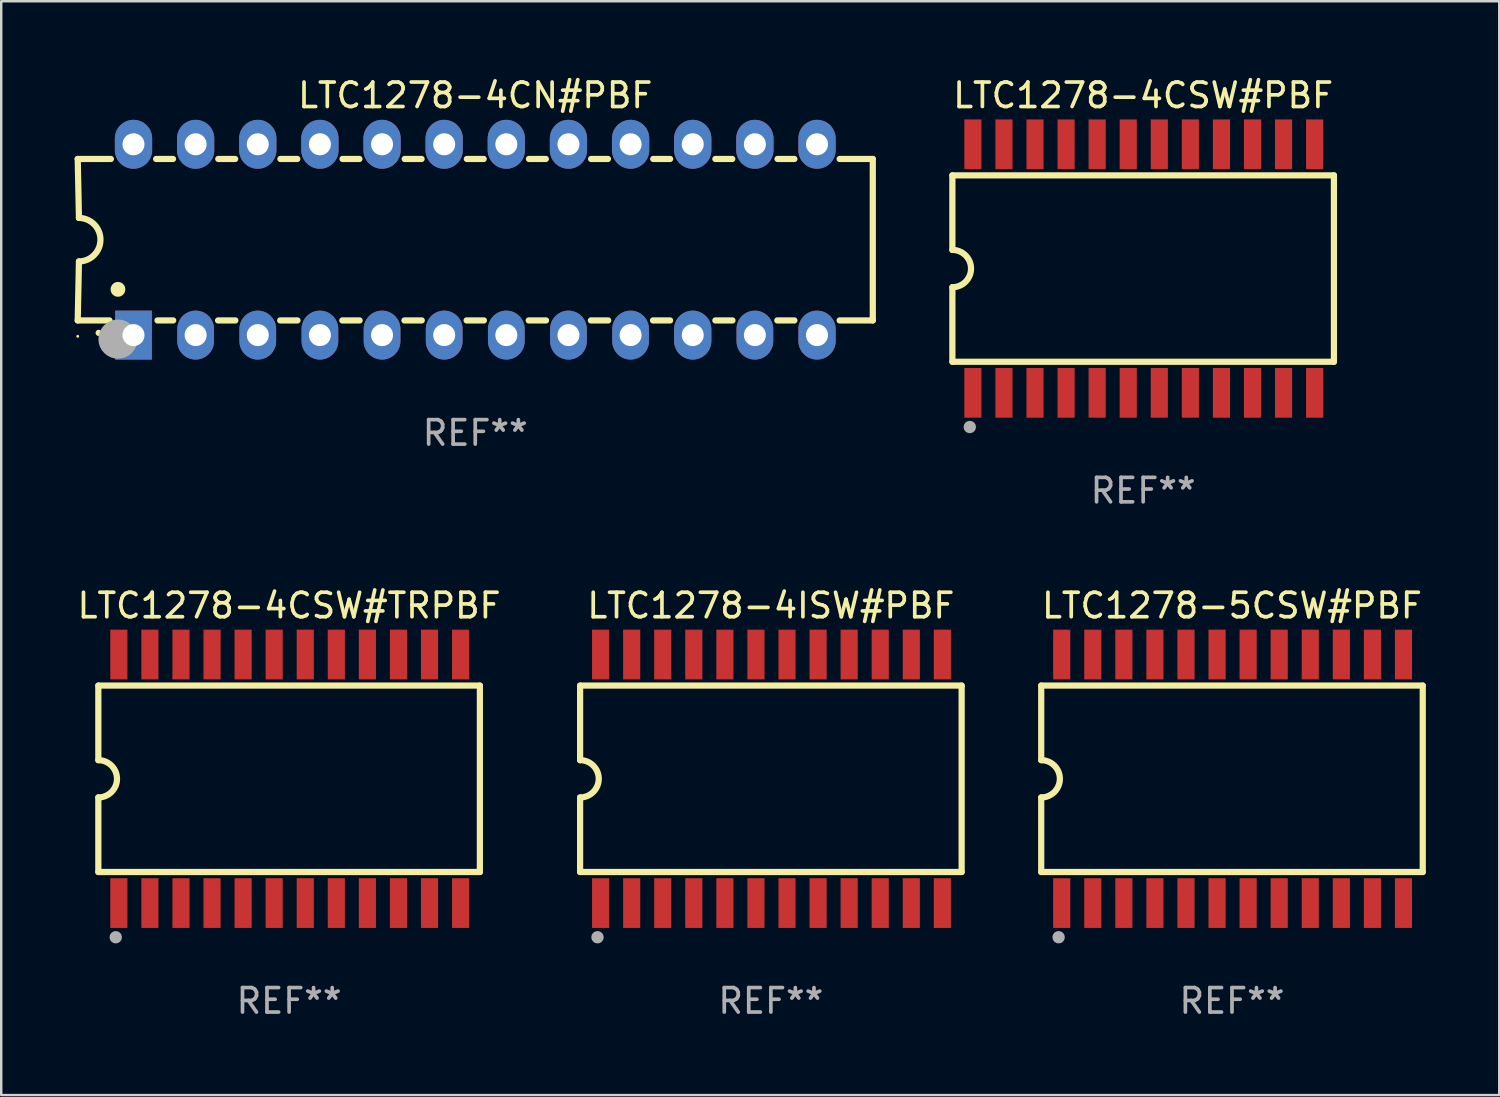
<source format=kicad_pcb>
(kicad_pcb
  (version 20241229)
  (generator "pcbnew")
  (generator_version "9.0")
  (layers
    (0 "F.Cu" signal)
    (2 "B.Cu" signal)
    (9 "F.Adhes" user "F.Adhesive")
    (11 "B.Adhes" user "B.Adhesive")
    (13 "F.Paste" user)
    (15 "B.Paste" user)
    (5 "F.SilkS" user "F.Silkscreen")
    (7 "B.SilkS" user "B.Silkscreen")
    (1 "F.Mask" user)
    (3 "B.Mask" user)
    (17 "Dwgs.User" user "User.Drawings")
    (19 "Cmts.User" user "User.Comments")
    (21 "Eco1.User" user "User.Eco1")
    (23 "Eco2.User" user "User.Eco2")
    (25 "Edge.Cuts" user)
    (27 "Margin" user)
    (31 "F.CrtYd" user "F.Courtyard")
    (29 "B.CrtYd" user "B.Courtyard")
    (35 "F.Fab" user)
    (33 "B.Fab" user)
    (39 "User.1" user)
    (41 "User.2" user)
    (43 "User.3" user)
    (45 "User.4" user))
  (footprint "LTC1278-4CN#PBF"
    (layer "F.Cu")
    (at 16.377 6.748)
    (property "Reference" "LTC1278-4CN#PBF" (at 0 -5.9 0) (layer "F.SilkS") (effects (font (size 1 1) (thickness 0.15))))
    (attr through_hole)
    (fp_line (start -16.25 -3.3) (end -16.2 -0.889) (stroke (width 0.254) (type solid)) (layer "F.SilkS"))
    (fp_line (start -16.25 -3.3) (end -14.895 -3.3) (stroke (width 0.254) (type solid)) (layer "F.SilkS"))
    (fp_line (start -16.25 3.3) (end -16.2 0.889) (stroke (width 0.254) (type solid)) (layer "F.SilkS"))
    (fp_line (start -16.25 3.3) (end -14.951 3.3) (stroke (width 0.254) (type solid)) (layer "F.SilkS"))
    (fp_line (start -13.045 -3.3) (end -12.355 -3.3) (stroke (width 0.254) (type solid)) (layer "F.SilkS"))
    (fp_line (start -12.989 3.3) (end -12.347 3.3) (stroke (width 0.254) (type solid)) (layer "F.SilkS"))
    (fp_line (start -10.514 3.3) (end -9.807 3.3) (stroke (width 0.254) (type solid)) (layer "F.SilkS"))
    (fp_line (start -10.505 -3.3) (end -9.815 -3.3) (stroke (width 0.254) (type solid)) (layer "F.SilkS"))
    (fp_line (start -7.974 3.3) (end -7.267 3.3) (stroke (width 0.254) (type solid)) (layer "F.SilkS"))
    (fp_line (start -7.965 -3.3) (end -7.275 -3.3) (stroke (width 0.254) (type solid)) (layer "F.SilkS"))
    (fp_line (start -5.434 3.3) (end -4.727 3.3) (stroke (width 0.254) (type solid)) (layer "F.SilkS"))
    (fp_line (start -5.425 -3.3) (end -4.735 -3.3) (stroke (width 0.254) (type solid)) (layer "F.SilkS"))
    (fp_line (start -2.894 3.3) (end -2.187 3.3) (stroke (width 0.254) (type solid)) (layer "F.SilkS"))
    (fp_line (start -2.885 -3.3) (end -2.195 -3.3) (stroke (width 0.254) (type solid)) (layer "F.SilkS"))
    (fp_line (start -0.354 3.3) (end 0.353 3.3) (stroke (width 0.254) (type solid)) (layer "F.SilkS"))
    (fp_line (start -0.345 -3.3) (end 0.345 -3.3) (stroke (width 0.254) (type solid)) (layer "F.SilkS"))
    (fp_line (start 2.186 3.3) (end 2.893 3.3) (stroke (width 0.254) (type solid)) (layer "F.SilkS"))
    (fp_line (start 2.195 -3.3) (end 2.885 -3.3) (stroke (width 0.254) (type solid)) (layer "F.SilkS"))
    (fp_line (start 4.726 3.3) (end 5.434 3.3) (stroke (width 0.254) (type solid)) (layer "F.SilkS"))
    (fp_line (start 4.735 -3.3) (end 5.425 -3.3) (stroke (width 0.254) (type solid)) (layer "F.SilkS"))
    (fp_line (start 7.266 3.3) (end 7.965 3.3) (stroke (width 0.254) (type solid)) (layer "F.SilkS"))
    (fp_line (start 7.275 -3.3) (end 7.965 -3.3) (stroke (width 0.254) (type solid)) (layer "F.SilkS"))
    (fp_line (start 9.815 -3.3) (end 10.505 -3.3) (stroke (width 0.254) (type solid)) (layer "F.SilkS"))
    (fp_line (start 9.815 3.3) (end 10.514 3.3) (stroke (width 0.254) (type solid)) (layer "F.SilkS"))
    (fp_line (start 12.346 3.3) (end 13.045 3.3) (stroke (width 0.254) (type solid)) (layer "F.SilkS"))
    (fp_line (start 12.355 -3.3) (end 13.045 -3.3) (stroke (width 0.254) (type solid)) (layer "F.SilkS"))
    (fp_line (start 16.25 -3.3) (end 14.895 -3.3) (stroke (width 0.254) (type solid)) (layer "F.SilkS"))
    (fp_line (start 16.25 -3.3) (end 16.25 3.3) (stroke (width 0.254) (type solid)) (layer "F.SilkS"))
    (fp_line (start 16.25 3.3) (end 14.895 3.3) (stroke (width 0.254) (type solid)) (layer "F.SilkS"))
    (fp_arc (start -16.201016 -0.890146) (mid -15.311429 -0.001055) (end -16.200025 0.889027) (stroke (width 0.254001) (type solid)) (layer "F.SilkS"))
    (fp_arc (start -15.394971 3.810033) (mid -15.394978 3.808763) (end -15.394971 3.807493) (stroke (width 0.25) (type solid)) (layer "F.SilkS"))
    (fp_arc (start -14.605029 2.032029) (mid -14.60504 2.029489) (end -14.605029 2.026949) (stroke (width 0.6) (type solid)) (layer "F.SilkS"))
    (fp_circle (center -16.25 3.95) (end -16.22 3.95) (stroke (width 0.06) (type solid)) (fill no) (layer "F.SilkS"))
    (fp_circle (center -14.605 4.064) (end -14.205 4.064) (stroke (width 0.8) (type solid)) (fill no) (layer "F.Fab"))
    (fp_text user "REF**" (at 0 7.9 0) (layer "F.Fab") (effects (font (size 1 1) (thickness 0.15))))
    (pad "1" thru_hole rect (at -13.97 3.9 90) (size 2 1.5) (drill 0.9) (layers "*.Cu" "*.Mask"))
    (pad "2" thru_hole oval (at -11.43 3.9 90) (size 2 1.5) (drill 0.9) (layers "*.Cu" "*.Mask"))
    (pad "3" thru_hole oval (at -8.89 3.9 90) (size 2 1.5) (drill 0.9) (layers "*.Cu" "*.Mask"))
    (pad "4" thru_hole oval (at -6.35 3.9 90) (size 2 1.5) (drill 0.9) (layers "*.Cu" "*.Mask"))
    (pad "5" thru_hole oval (at -3.81 3.9 90) (size 2 1.5) (drill 0.9) (layers "*.Cu" "*.Mask"))
    (pad "6" thru_hole oval (at -1.27 3.9 90) (size 2 1.5) (drill 0.9) (layers "*.Cu" "*.Mask"))
    (pad "7" thru_hole oval (at 1.27 3.9 90) (size 2 1.5) (drill 0.9) (layers "*.Cu" "*.Mask"))
    (pad "8" thru_hole oval (at 3.81 3.9 90) (size 2 1.5) (drill 0.9) (layers "*.Cu" "*.Mask"))
    (pad "9" thru_hole oval (at 6.35 3.9 90) (size 2 1.5) (drill 0.9) (layers "*.Cu" "*.Mask"))
    (pad "10" thru_hole oval (at 8.89 3.9 90) (size 2 1.524) (drill 0.9) (layers "*.Cu" "*.Mask"))
    (pad "11" thru_hole oval (at 11.43 3.9 90) (size 2 1.5) (drill 0.9) (layers "*.Cu" "*.Mask"))
    (pad "12" thru_hole oval (at 13.97 3.9 90) (size 2 1.524) (drill 0.9) (layers "*.Cu" "*.Mask"))
    (pad "13" thru_hole oval (at 13.97 -3.9 90) (size 2 1.524) (drill 0.9) (layers "*.Cu" "*.Mask"))
    (pad "14" thru_hole oval (at 11.43 -3.9 90) (size 2 1.524) (drill 0.9) (layers "*.Cu" "*.Mask"))
    (pad "15" thru_hole oval (at 8.89 -3.9 90) (size 2 1.524) (drill 0.9) (layers "*.Cu" "*.Mask"))
    (pad "16" thru_hole oval (at 6.35 -3.9 90) (size 2 1.524) (drill 0.9) (layers "*.Cu" "*.Mask"))
    (pad "17" thru_hole oval (at 3.81 -3.9 90) (size 2 1.524) (drill 0.9) (layers "*.Cu" "*.Mask"))
    (pad "18" thru_hole oval (at 1.27 -3.9 90) (size 2 1.524) (drill 0.9) (layers "*.Cu" "*.Mask"))
    (pad "19" thru_hole oval (at -1.27 -3.9 90) (size 2 1.524) (drill 0.9) (layers "*.Cu" "*.Mask"))
    (pad "20" thru_hole oval (at -3.81 -3.9 90) (size 2 1.524) (drill 0.9) (layers "*.Cu" "*.Mask"))
    (pad "21" thru_hole oval (at -6.35 -3.9 90) (size 2 1.524) (drill 0.9) (layers "*.Cu" "*.Mask"))
    (pad "22" thru_hole oval (at -8.89 -3.9 90) (size 2 1.524) (drill 0.9) (layers "*.Cu" "*.Mask"))
    (pad "23" thru_hole oval (at -11.43 -3.9 90) (size 2 1.524) (drill 0.9) (layers "*.Cu" "*.Mask"))
    (pad "24" thru_hole oval (at -13.97 -3.9 90) (size 2 1.524) (drill 0.9) (layers "*.Cu" "*.Mask")))
  (footprint "LTC1278-5CSW#PBF"
    (layer "F.Cu")
    (at 47.31 28.785)
    (property "Reference" "LTC1278-5CSW#PBF" (at 0 -7.08 0) (layer "F.SilkS") (effects (font (size 1 1) (thickness 0.15))))
    (attr through_hole)
    (fp_line (start -7.798 -3.81) (end -7.798 -0.762) (stroke (width 0.254) (type solid)) (layer "F.SilkS"))
    (fp_line (start -7.798 3.81) (end -7.798 0.762) (stroke (width 0.254) (type solid)) (layer "F.SilkS"))
    (fp_line (start 7.798 -3.81) (end -7.798 -3.81) (stroke (width 0.254) (type solid)) (layer "F.SilkS"))
    (fp_line (start 7.798 3.81) (end -7.798 3.81) (stroke (width 0.254) (type solid)) (layer "F.SilkS"))
    (fp_line (start 7.798 3.81) (end 7.798 -3.81) (stroke (width 0.254) (type solid)) (layer "F.SilkS"))
    (fp_arc (start -7.797791 -0.762002) (mid -7.03579 -0.000001) (end -7.79779 0.762002) (stroke (width 0.254001) (type solid)) (layer "F.SilkS"))
    (fp_circle (center -7.825 3.75) (end -7.795 3.75) (stroke (width 0.06) (type solid)) (fill no) (layer "F.SilkS"))
    (fp_circle (center -7.087 6.477) (end -6.96 6.477) (stroke (width 0.254) (type solid)) (fill no) (layer "F.Fab"))
    (fp_text user "REF**" (at 0 9.08 0) (layer "F.Fab") (effects (font (size 1 1) (thickness 0.15))))
    (pad "1" smd rect (at -6.96 5.08 90) (size 2.032 0.7) (layers "F.Cu" "F.Mask" "F.Paste"))
    (pad "2" smd rect (at -5.69 5.08 90) (size 2.032 0.7) (layers "F.Cu" "F.Mask" "F.Paste"))
    (pad "3" smd rect (at -4.42 5.08 90) (size 2.032 0.7) (layers "F.Cu" "F.Mask" "F.Paste"))
    (pad "4" smd rect (at -3.15 5.08 90) (size 2.032 0.7) (layers "F.Cu" "F.Mask" "F.Paste"))
    (pad "5" smd rect (at -1.88 5.08 90) (size 2.032 0.7) (layers "F.Cu" "F.Mask" "F.Paste"))
    (pad "6" smd rect (at -0.61 5.08 90) (size 2.032 0.7) (layers "F.Cu" "F.Mask" "F.Paste"))
    (pad "7" smd rect (at 0.66 5.08 90) (size 2.032 0.7) (layers "F.Cu" "F.Mask" "F.Paste"))
    (pad "8" smd rect (at 1.93 5.08 90) (size 2.032 0.7) (layers "F.Cu" "F.Mask" "F.Paste"))
    (pad "9" smd rect (at 3.2 5.08 90) (size 2.032 0.7) (layers "F.Cu" "F.Mask" "F.Paste"))
    (pad "10" smd rect (at 4.47 5.08 90) (size 2.032 0.7) (layers "F.Cu" "F.Mask" "F.Paste"))
    (pad "11" smd rect (at 5.74 5.08 90) (size 2.032 0.7) (layers "F.Cu" "F.Mask" "F.Paste"))
    (pad "12" smd rect (at 7.01 5.08 90) (size 2.032 0.7) (layers "F.Cu" "F.Mask" "F.Paste"))
    (pad "13" smd rect (at 7.01 -5.08 90) (size 2.032 0.7) (layers "F.Cu" "F.Mask" "F.Paste"))
    (pad "14" smd rect (at 5.74 -5.08 90) (size 2.032 0.7) (layers "F.Cu" "F.Mask" "F.Paste"))
    (pad "15" smd rect (at 4.47 -5.08 90) (size 2.032 0.7) (layers "F.Cu" "F.Mask" "F.Paste"))
    (pad "16" smd rect (at 3.2 -5.08 90) (size 2.032 0.7) (layers "F.Cu" "F.Mask" "F.Paste"))
    (pad "17" smd rect (at 1.93 -5.08 90) (size 2.032 0.7) (layers "F.Cu" "F.Mask" "F.Paste"))
    (pad "18" smd rect (at 0.66 -5.08 90) (size 2.032 0.7) (layers "F.Cu" "F.Mask" "F.Paste"))
    (pad "19" smd rect (at -0.61 -5.08 90) (size 2.032 0.7) (layers "F.Cu" "F.Mask" "F.Paste"))
    (pad "20" smd rect (at -1.88 -5.08 90) (size 2.032 0.7) (layers "F.Cu" "F.Mask" "F.Paste"))
    (pad "21" smd rect (at -3.15 -5.08 90) (size 2.032 0.7) (layers "F.Cu" "F.Mask" "F.Paste"))
    (pad "22" smd rect (at -4.42 -5.08 90) (size 2.032 0.7) (layers "F.Cu" "F.Mask" "F.Paste"))
    (pad "23" smd rect (at -5.69 -5.08 90) (size 2.032 0.7) (layers "F.Cu" "F.Mask" "F.Paste"))
    (pad "24" smd rect (at -6.96 -5.08 90) (size 2.032 0.7) (layers "F.Cu" "F.Mask" "F.Paste")))
  (footprint "LTC1278-4CSW#PBF"
    (layer "F.Cu")
    (at 43.679 7.928)
    (property "Reference" "LTC1278-4CSW#PBF" (at 0 -7.08 0) (layer "F.SilkS") (effects (font (size 1 1) (thickness 0.15))))
    (attr through_hole)
    (fp_line (start -7.798 -3.81) (end -7.798 -0.762) (stroke (width 0.254) (type solid)) (layer "F.SilkS"))
    (fp_line (start -7.798 3.81) (end -7.798 0.762) (stroke (width 0.254) (type solid)) (layer "F.SilkS"))
    (fp_line (start 7.798 -3.81) (end -7.798 -3.81) (stroke (width 0.254) (type solid)) (layer "F.SilkS"))
    (fp_line (start 7.798 3.81) (end -7.798 3.81) (stroke (width 0.254) (type solid)) (layer "F.SilkS"))
    (fp_line (start 7.798 3.81) (end 7.798 -3.81) (stroke (width 0.254) (type solid)) (layer "F.SilkS"))
    (fp_arc (start -7.797791 -0.762002) (mid -7.03579 -0.000001) (end -7.79779 0.762002) (stroke (width 0.254001) (type solid)) (layer "F.SilkS"))
    (fp_circle (center -7.825 3.75) (end -7.795 3.75) (stroke (width 0.06) (type solid)) (fill no) (layer "F.SilkS"))
    (fp_circle (center -7.087 6.477) (end -6.96 6.477) (stroke (width 0.254) (type solid)) (fill no) (layer "F.Fab"))
    (fp_text user "REF**" (at 0 9.08 0) (layer "F.Fab") (effects (font (size 1 1) (thickness 0.15))))
    (pad "1" smd rect (at -6.96 5.08 90) (size 2.032 0.7) (layers "F.Cu" "F.Mask" "F.Paste"))
    (pad "2" smd rect (at -5.69 5.08 90) (size 2.032 0.7) (layers "F.Cu" "F.Mask" "F.Paste"))
    (pad "3" smd rect (at -4.42 5.08 90) (size 2.032 0.7) (layers "F.Cu" "F.Mask" "F.Paste"))
    (pad "4" smd rect (at -3.15 5.08 90) (size 2.032 0.7) (layers "F.Cu" "F.Mask" "F.Paste"))
    (pad "5" smd rect (at -1.88 5.08 90) (size 2.032 0.7) (layers "F.Cu" "F.Mask" "F.Paste"))
    (pad "6" smd rect (at -0.61 5.08 90) (size 2.032 0.7) (layers "F.Cu" "F.Mask" "F.Paste"))
    (pad "7" smd rect (at 0.66 5.08 90) (size 2.032 0.7) (layers "F.Cu" "F.Mask" "F.Paste"))
    (pad "8" smd rect (at 1.93 5.08 90) (size 2.032 0.7) (layers "F.Cu" "F.Mask" "F.Paste"))
    (pad "9" smd rect (at 3.2 5.08 90) (size 2.032 0.7) (layers "F.Cu" "F.Mask" "F.Paste"))
    (pad "10" smd rect (at 4.47 5.08 90) (size 2.032 0.7) (layers "F.Cu" "F.Mask" "F.Paste"))
    (pad "11" smd rect (at 5.74 5.08 90) (size 2.032 0.7) (layers "F.Cu" "F.Mask" "F.Paste"))
    (pad "12" smd rect (at 7.01 5.08 90) (size 2.032 0.7) (layers "F.Cu" "F.Mask" "F.Paste"))
    (pad "13" smd rect (at 7.01 -5.08 90) (size 2.032 0.7) (layers "F.Cu" "F.Mask" "F.Paste"))
    (pad "14" smd rect (at 5.74 -5.08 90) (size 2.032 0.7) (layers "F.Cu" "F.Mask" "F.Paste"))
    (pad "15" smd rect (at 4.47 -5.08 90) (size 2.032 0.7) (layers "F.Cu" "F.Mask" "F.Paste"))
    (pad "16" smd rect (at 3.2 -5.08 90) (size 2.032 0.7) (layers "F.Cu" "F.Mask" "F.Paste"))
    (pad "17" smd rect (at 1.93 -5.08 90) (size 2.032 0.7) (layers "F.Cu" "F.Mask" "F.Paste"))
    (pad "18" smd rect (at 0.66 -5.08 90) (size 2.032 0.7) (layers "F.Cu" "F.Mask" "F.Paste"))
    (pad "19" smd rect (at -0.61 -5.08 90) (size 2.032 0.7) (layers "F.Cu" "F.Mask" "F.Paste"))
    (pad "20" smd rect (at -1.88 -5.08 90) (size 2.032 0.7) (layers "F.Cu" "F.Mask" "F.Paste"))
    (pad "21" smd rect (at -3.15 -5.08 90) (size 2.032 0.7) (layers "F.Cu" "F.Mask" "F.Paste"))
    (pad "22" smd rect (at -4.42 -5.08 90) (size 2.032 0.7) (layers "F.Cu" "F.Mask" "F.Paste"))
    (pad "23" smd rect (at -5.69 -5.08 90) (size 2.032 0.7) (layers "F.Cu" "F.Mask" "F.Paste"))
    (pad "24" smd rect (at -6.96 -5.08 90) (size 2.032 0.7) (layers "F.Cu" "F.Mask" "F.Paste")))
  (footprint "LTC1278-4CSW#TRPBF"
    (layer "F.Cu")
    (at 8.768 28.785)
    (property "Reference" "LTC1278-4CSW#TRPBF" (at 0 -7.08 0) (layer "F.SilkS") (effects (font (size 1 1) (thickness 0.15))))
    (attr through_hole)
    (fp_line (start -7.798 -3.81) (end -7.798 -0.762) (stroke (width 0.254) (type solid)) (layer "F.SilkS"))
    (fp_line (start -7.798 3.81) (end -7.798 0.762) (stroke (width 0.254) (type solid)) (layer "F.SilkS"))
    (fp_line (start 7.798 -3.81) (end -7.798 -3.81) (stroke (width 0.254) (type solid)) (layer "F.SilkS"))
    (fp_line (start 7.798 3.81) (end -7.798 3.81) (stroke (width 0.254) (type solid)) (layer "F.SilkS"))
    (fp_line (start 7.798 3.81) (end 7.798 -3.81) (stroke (width 0.254) (type solid)) (layer "F.SilkS"))
    (fp_arc (start -7.797791 -0.762002) (mid -7.03579 -0.000001) (end -7.79779 0.762002) (stroke (width 0.254001) (type solid)) (layer "F.SilkS"))
    (fp_circle (center -7.825 3.75) (end -7.795 3.75) (stroke (width 0.06) (type solid)) (fill no) (layer "F.SilkS"))
    (fp_circle (center -7.087 6.477) (end -6.96 6.477) (stroke (width 0.254) (type solid)) (fill no) (layer "F.Fab"))
    (fp_text user "REF**" (at 0 9.08 0) (layer "F.Fab") (effects (font (size 1 1) (thickness 0.15))))
    (pad "1" smd rect (at -6.96 5.08 90) (size 2.032 0.7) (layers "F.Cu" "F.Mask" "F.Paste"))
    (pad "2" smd rect (at -5.69 5.08 90) (size 2.032 0.7) (layers "F.Cu" "F.Mask" "F.Paste"))
    (pad "3" smd rect (at -4.42 5.08 90) (size 2.032 0.7) (layers "F.Cu" "F.Mask" "F.Paste"))
    (pad "4" smd rect (at -3.15 5.08 90) (size 2.032 0.7) (layers "F.Cu" "F.Mask" "F.Paste"))
    (pad "5" smd rect (at -1.88 5.08 90) (size 2.032 0.7) (layers "F.Cu" "F.Mask" "F.Paste"))
    (pad "6" smd rect (at -0.61 5.08 90) (size 2.032 0.7) (layers "F.Cu" "F.Mask" "F.Paste"))
    (pad "7" smd rect (at 0.66 5.08 90) (size 2.032 0.7) (layers "F.Cu" "F.Mask" "F.Paste"))
    (pad "8" smd rect (at 1.93 5.08 90) (size 2.032 0.7) (layers "F.Cu" "F.Mask" "F.Paste"))
    (pad "9" smd rect (at 3.2 5.08 90) (size 2.032 0.7) (layers "F.Cu" "F.Mask" "F.Paste"))
    (pad "10" smd rect (at 4.47 5.08 90) (size 2.032 0.7) (layers "F.Cu" "F.Mask" "F.Paste"))
    (pad "11" smd rect (at 5.74 5.08 90) (size 2.032 0.7) (layers "F.Cu" "F.Mask" "F.Paste"))
    (pad "12" smd rect (at 7.01 5.08 90) (size 2.032 0.7) (layers "F.Cu" "F.Mask" "F.Paste"))
    (pad "13" smd rect (at 7.01 -5.08 90) (size 2.032 0.7) (layers "F.Cu" "F.Mask" "F.Paste"))
    (pad "14" smd rect (at 5.74 -5.08 90) (size 2.032 0.7) (layers "F.Cu" "F.Mask" "F.Paste"))
    (pad "15" smd rect (at 4.47 -5.08 90) (size 2.032 0.7) (layers "F.Cu" "F.Mask" "F.Paste"))
    (pad "16" smd rect (at 3.2 -5.08 90) (size 2.032 0.7) (layers "F.Cu" "F.Mask" "F.Paste"))
    (pad "17" smd rect (at 1.93 -5.08 90) (size 2.032 0.7) (layers "F.Cu" "F.Mask" "F.Paste"))
    (pad "18" smd rect (at 0.66 -5.08 90) (size 2.032 0.7) (layers "F.Cu" "F.Mask" "F.Paste"))
    (pad "19" smd rect (at -0.61 -5.08 90) (size 2.032 0.7) (layers "F.Cu" "F.Mask" "F.Paste"))
    (pad "20" smd rect (at -1.88 -5.08 90) (size 2.032 0.7) (layers "F.Cu" "F.Mask" "F.Paste"))
    (pad "21" smd rect (at -3.15 -5.08 90) (size 2.032 0.7) (layers "F.Cu" "F.Mask" "F.Paste"))
    (pad "22" smd rect (at -4.42 -5.08 90) (size 2.032 0.7) (layers "F.Cu" "F.Mask" "F.Paste"))
    (pad "23" smd rect (at -5.69 -5.08 90) (size 2.032 0.7) (layers "F.Cu" "F.Mask" "F.Paste"))
    (pad "24" smd rect (at -6.96 -5.08 90) (size 2.032 0.7) (layers "F.Cu" "F.Mask" "F.Paste")))
  (footprint "LTC1278-4ISW#PBF"
    (layer "F.Cu")
    (at 28.461 28.785)
    (property "Reference" "LTC1278-4ISW#PBF" (at 0 -7.08 0) (layer "F.SilkS") (effects (font (size 1 1) (thickness 0.15))))
    (attr through_hole)
    (fp_line (start -7.798 -3.81) (end -7.798 -0.762) (stroke (width 0.254) (type solid)) (layer "F.SilkS"))
    (fp_line (start -7.798 3.81) (end -7.798 0.762) (stroke (width 0.254) (type solid)) (layer "F.SilkS"))
    (fp_line (start 7.798 -3.81) (end -7.798 -3.81) (stroke (width 0.254) (type solid)) (layer "F.SilkS"))
    (fp_line (start 7.798 3.81) (end -7.798 3.81) (stroke (width 0.254) (type solid)) (layer "F.SilkS"))
    (fp_line (start 7.798 3.81) (end 7.798 -3.81) (stroke (width 0.254) (type solid)) (layer "F.SilkS"))
    (fp_arc (start -7.797791 -0.762002) (mid -7.03579 -0.000001) (end -7.79779 0.762002) (stroke (width 0.254001) (type solid)) (layer "F.SilkS"))
    (fp_circle (center -7.825 3.75) (end -7.795 3.75) (stroke (width 0.06) (type solid)) (fill no) (layer "F.SilkS"))
    (fp_circle (center -7.087 6.477) (end -6.96 6.477) (stroke (width 0.254) (type solid)) (fill no) (layer "F.Fab"))
    (fp_text user "REF**" (at 0 9.08 0) (layer "F.Fab") (effects (font (size 1 1) (thickness 0.15))))
    (pad "1" smd rect (at -6.96 5.08 90) (size 2.032 0.7) (layers "F.Cu" "F.Mask" "F.Paste"))
    (pad "2" smd rect (at -5.69 5.08 90) (size 2.032 0.7) (layers "F.Cu" "F.Mask" "F.Paste"))
    (pad "3" smd rect (at -4.42 5.08 90) (size 2.032 0.7) (layers "F.Cu" "F.Mask" "F.Paste"))
    (pad "4" smd rect (at -3.15 5.08 90) (size 2.032 0.7) (layers "F.Cu" "F.Mask" "F.Paste"))
    (pad "5" smd rect (at -1.88 5.08 90) (size 2.032 0.7) (layers "F.Cu" "F.Mask" "F.Paste"))
    (pad "6" smd rect (at -0.61 5.08 90) (size 2.032 0.7) (layers "F.Cu" "F.Mask" "F.Paste"))
    (pad "7" smd rect (at 0.66 5.08 90) (size 2.032 0.7) (layers "F.Cu" "F.Mask" "F.Paste"))
    (pad "8" smd rect (at 1.93 5.08 90) (size 2.032 0.7) (layers "F.Cu" "F.Mask" "F.Paste"))
    (pad "9" smd rect (at 3.2 5.08 90) (size 2.032 0.7) (layers "F.Cu" "F.Mask" "F.Paste"))
    (pad "10" smd rect (at 4.47 5.08 90) (size 2.032 0.7) (layers "F.Cu" "F.Mask" "F.Paste"))
    (pad "11" smd rect (at 5.74 5.08 90) (size 2.032 0.7) (layers "F.Cu" "F.Mask" "F.Paste"))
    (pad "12" smd rect (at 7.01 5.08 90) (size 2.032 0.7) (layers "F.Cu" "F.Mask" "F.Paste"))
    (pad "13" smd rect (at 7.01 -5.08 90) (size 2.032 0.7) (layers "F.Cu" "F.Mask" "F.Paste"))
    (pad "14" smd rect (at 5.74 -5.08 90) (size 2.032 0.7) (layers "F.Cu" "F.Mask" "F.Paste"))
    (pad "15" smd rect (at 4.47 -5.08 90) (size 2.032 0.7) (layers "F.Cu" "F.Mask" "F.Paste"))
    (pad "16" smd rect (at 3.2 -5.08 90) (size 2.032 0.7) (layers "F.Cu" "F.Mask" "F.Paste"))
    (pad "17" smd rect (at 1.93 -5.08 90) (size 2.032 0.7) (layers "F.Cu" "F.Mask" "F.Paste"))
    (pad "18" smd rect (at 0.66 -5.08 90) (size 2.032 0.7) (layers "F.Cu" "F.Mask" "F.Paste"))
    (pad "19" smd rect (at -0.61 -5.08 90) (size 2.032 0.7) (layers "F.Cu" "F.Mask" "F.Paste"))
    (pad "20" smd rect (at -1.88 -5.08 90) (size 2.032 0.7) (layers "F.Cu" "F.Mask" "F.Paste"))
    (pad "21" smd rect (at -3.15 -5.08 90) (size 2.032 0.7) (layers "F.Cu" "F.Mask" "F.Paste"))
    (pad "22" smd rect (at -4.42 -5.08 90) (size 2.032 0.7) (layers "F.Cu" "F.Mask" "F.Paste"))
    (pad "23" smd rect (at -5.69 -5.08 90) (size 2.032 0.7) (layers "F.Cu" "F.Mask" "F.Paste"))
    (pad "24" smd rect (at -6.96 -5.08 90) (size 2.032 0.7) (layers "F.Cu" "F.Mask" "F.Paste")))
  (gr_rect
    (start -3 -3)
    (end 58.235 41.713)
    (stroke (width 0.1) (type default))
    (fill no)
    (layer "Edge.Cuts")))
</source>
